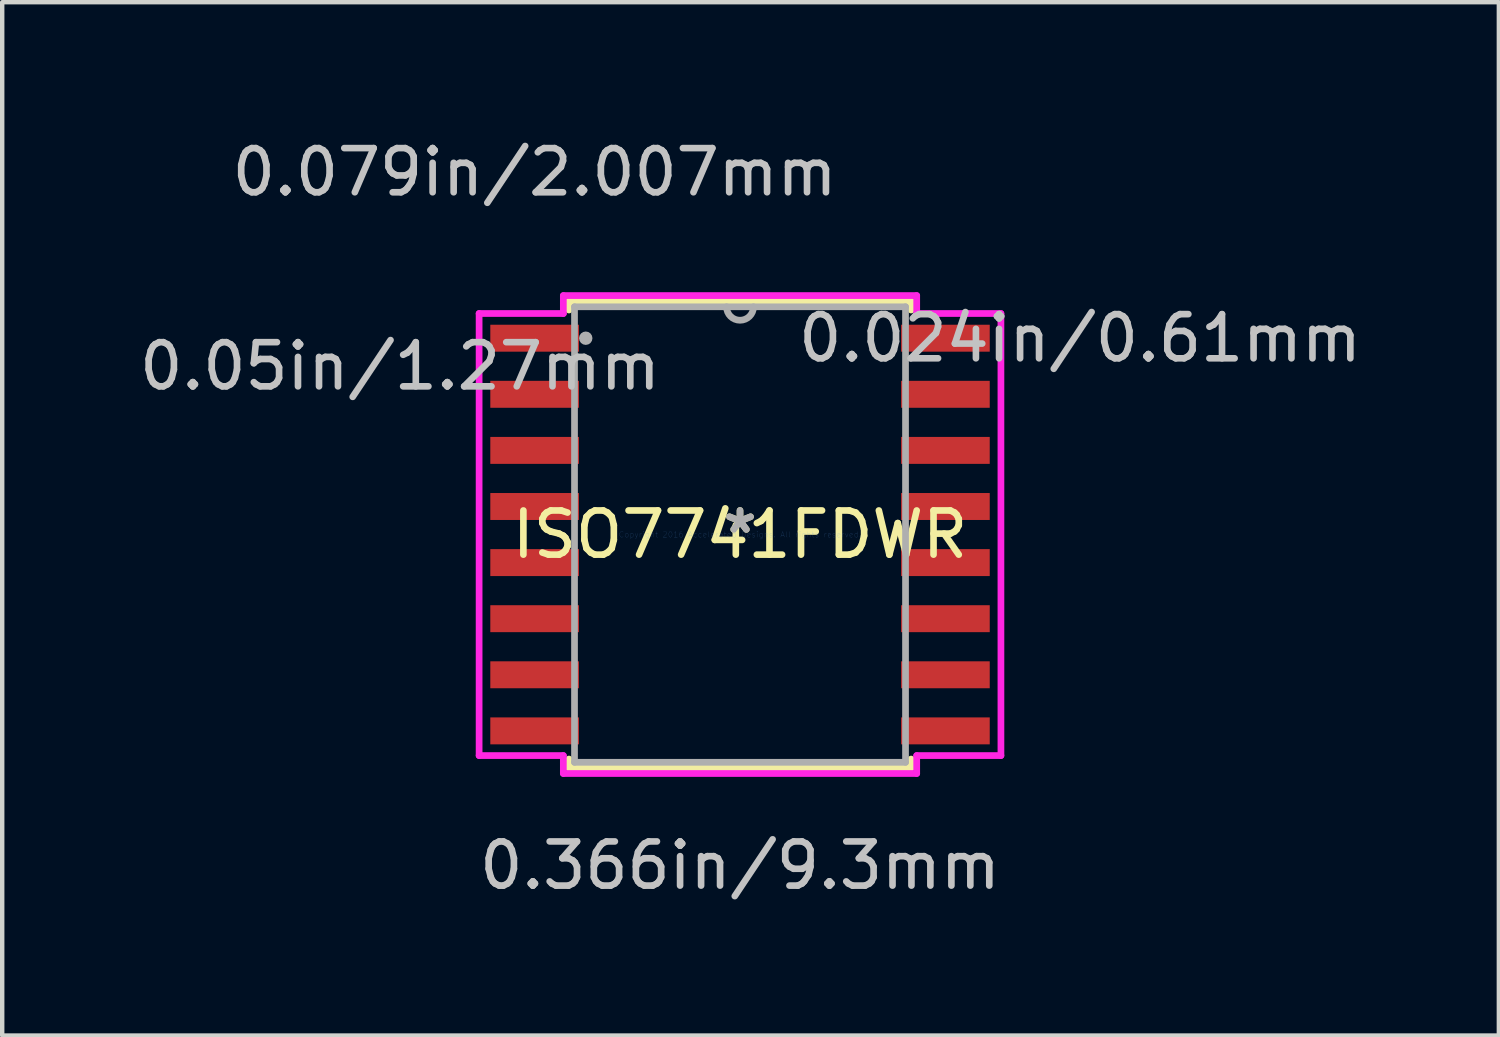
<source format=kicad_pcb>
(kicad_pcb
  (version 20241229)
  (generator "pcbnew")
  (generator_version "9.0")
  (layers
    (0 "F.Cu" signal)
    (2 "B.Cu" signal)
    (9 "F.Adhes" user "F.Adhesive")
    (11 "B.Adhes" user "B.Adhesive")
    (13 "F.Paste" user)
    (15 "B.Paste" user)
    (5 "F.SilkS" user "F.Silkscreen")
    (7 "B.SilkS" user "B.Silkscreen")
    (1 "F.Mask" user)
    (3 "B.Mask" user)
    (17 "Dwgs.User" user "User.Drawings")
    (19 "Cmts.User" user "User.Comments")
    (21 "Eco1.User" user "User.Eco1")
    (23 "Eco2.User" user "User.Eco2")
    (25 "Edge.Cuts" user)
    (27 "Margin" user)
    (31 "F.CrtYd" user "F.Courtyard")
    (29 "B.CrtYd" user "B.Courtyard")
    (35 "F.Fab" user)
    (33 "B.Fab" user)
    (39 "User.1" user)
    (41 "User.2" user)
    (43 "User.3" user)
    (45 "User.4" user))
  (footprint "ISO7741FDWR"
    (layer "F.Cu")
    (at 13.704 9.052)
    (property "Reference" "ISO7741FDWR" (at 0 0 0) (layer "F.SilkS") (effects (font (size 1 1) (thickness 0.15))))
    (attr through_hole)
    (fp_line (start -3.873 -5.283) (end -3.873 -5.083) (stroke (width 0.152) (type solid)) (layer "F.SilkS"))
    (fp_line (start -3.873 5.083) (end -3.873 5.283) (stroke (width 0.152) (type solid)) (layer "F.SilkS"))
    (fp_line (start -3.873 5.283) (end 3.873 5.283) (stroke (width 0.152) (type solid)) (layer "F.SilkS"))
    (fp_line (start 3.873 -5.283) (end -3.873 -5.283) (stroke (width 0.152) (type solid)) (layer "F.SilkS"))
    (fp_line (start 3.873 -5.083) (end 3.873 -5.283) (stroke (width 0.152) (type solid)) (layer "F.SilkS"))
    (fp_line (start 3.873 5.283) (end 3.873 5.083) (stroke (width 0.152) (type solid)) (layer "F.SilkS"))
    (fp_line (start -5.907 -5.004) (end -4 -5.004) (stroke (width 0.152) (type solid)) (layer "F.CrtYd"))
    (fp_line (start -5.907 5.004) (end -5.907 -5.004) (stroke (width 0.152) (type solid)) (layer "F.CrtYd"))
    (fp_line (start -4 -5.41) (end 4 -5.41) (stroke (width 0.152) (type solid)) (layer "F.CrtYd"))
    (fp_line (start -4 -5.004) (end -4 -5.41) (stroke (width 0.152) (type solid)) (layer "F.CrtYd"))
    (fp_line (start -4 5.004) (end -5.907 5.004) (stroke (width 0.152) (type solid)) (layer "F.CrtYd"))
    (fp_line (start -4 5.41) (end -4 5.004) (stroke (width 0.152) (type solid)) (layer "F.CrtYd"))
    (fp_line (start 4 -5.41) (end 4 -5.004) (stroke (width 0.152) (type solid)) (layer "F.CrtYd"))
    (fp_line (start 4 -5.004) (end 5.907 -5.004) (stroke (width 0.152) (type solid)) (layer "F.CrtYd"))
    (fp_line (start 4 5.004) (end 4 5.41) (stroke (width 0.152) (type solid)) (layer "F.CrtYd"))
    (fp_line (start 4 5.41) (end -4 5.41) (stroke (width 0.152) (type solid)) (layer "F.CrtYd"))
    (fp_line (start 5.907 -5.004) (end 5.907 5.004) (stroke (width 0.152) (type solid)) (layer "F.CrtYd"))
    (fp_line (start 5.907 5.004) (end 4 5.004) (stroke (width 0.152) (type solid)) (layer "F.CrtYd"))
    (fp_line (start -3.747 -5.156) (end -3.747 5.156) (stroke (width 0.152) (type solid)) (layer "F.Fab"))
    (fp_line (start -3.747 5.156) (end 3.747 5.156) (stroke (width 0.152) (type solid)) (layer "F.Fab"))
    (fp_line (start 3.747 -5.156) (end -3.747 -5.156) (stroke (width 0.152) (type solid)) (layer "F.Fab"))
    (fp_line (start 3.747 5.156) (end 3.747 -5.156) (stroke (width 0.152) (type solid)) (layer "F.Fab"))
    (fp_arc (start 0.3048 -5.1562) (mid 0 -4.8514) (end -0.3048 -5.1562) (stroke (width 0.1524) (type solid)) (layer "F.Fab"))
    (fp_circle (center -3.493 -4.445) (end -3.493 -4.445) (stroke (width 0.152) (type solid)) (fill no) (layer "F.Fab"))
    (fp_text user "*" (at 0 0 0) (layer "F.SilkS") (effects (font (size 1 1) (thickness 0.15))))
    (fp_text user "0.05in/1.27mm" (at -7.698 -3.81 0) (layer "Dwgs.User") (effects (font (size 1 1) (thickness 0.15))))
    (fp_text user "0.079in/2.007mm" (at -4.65 -8.204 0) (layer "Dwgs.User") (effects (font (size 1 1) (thickness 0.15))))
    (fp_text user "0.024in/0.61mm" (at 7.698 -4.445 0) (layer "Dwgs.User") (effects (font (size 1 1) (thickness 0.15))))
    (fp_text user "0.366in/9.3mm" (at 0 7.493 0) (layer "Dwgs.User") (effects (font (size 1 1) (thickness 0.15))))
    (fp_text user "Copyright 2016 Accelerated Designs. All rights reserved." (at 0 0 0) (layer "Cmts.User") (effects (font (size 0.127 0.127) (thickness 0.002))))
    (fp_text user "*" (at 0 0 0) (layer "F.Fab") (effects (font (size 1 1) (thickness 0.15))))
    (pad "1" smd rect (at -4.65 -4.445) (size 2.007 0.61) (layers "F.Cu" "F.Mask" "F.Paste"))
    (pad "2" smd rect (at -4.65 -3.175) (size 2.007 0.61) (layers "F.Cu" "F.Mask" "F.Paste"))
    (pad "3" smd rect (at -4.65 -1.905) (size 2.007 0.61) (layers "F.Cu" "F.Mask" "F.Paste"))
    (pad "4" smd rect (at -4.65 -0.635) (size 2.007 0.61) (layers "F.Cu" "F.Mask" "F.Paste"))
    (pad "5" smd rect (at -4.65 0.635) (size 2.007 0.61) (layers "F.Cu" "F.Mask" "F.Paste"))
    (pad "6" smd rect (at -4.65 1.905) (size 2.007 0.61) (layers "F.Cu" "F.Mask" "F.Paste"))
    (pad "7" smd rect (at -4.65 3.175) (size 2.007 0.61) (layers "F.Cu" "F.Mask" "F.Paste"))
    (pad "8" smd rect (at -4.65 4.445) (size 2.007 0.61) (layers "F.Cu" "F.Mask" "F.Paste"))
    (pad "9" smd rect (at 4.65 4.445) (size 2.007 0.61) (layers "F.Cu" "F.Mask" "F.Paste"))
    (pad "10" smd rect (at 4.65 3.175) (size 2.007 0.61) (layers "F.Cu" "F.Mask" "F.Paste"))
    (pad "11" smd rect (at 4.65 1.905) (size 2.007 0.61) (layers "F.Cu" "F.Mask" "F.Paste"))
    (pad "12" smd rect (at 4.65 0.635) (size 2.007 0.61) (layers "F.Cu" "F.Mask" "F.Paste"))
    (pad "13" smd rect (at 4.65 -0.635) (size 2.007 0.61) (layers "F.Cu" "F.Mask" "F.Paste"))
    (pad "14" smd rect (at 4.65 -1.905) (size 2.007 0.61) (layers "F.Cu" "F.Mask" "F.Paste"))
    (pad "15" smd rect (at 4.65 -3.175) (size 2.007 0.61) (layers "F.Cu" "F.Mask" "F.Paste"))
    (pad "16" smd rect (at 4.65 -4.445) (size 2.007 0.61) (layers "F.Cu" "F.Mask" "F.Paste")))
  (gr_rect
    (start -3 -3)
    (end 30.884 20.394)
    (stroke (width 0.1) (type default))
    (fill no)
    (layer "Edge.Cuts")))
</source>
